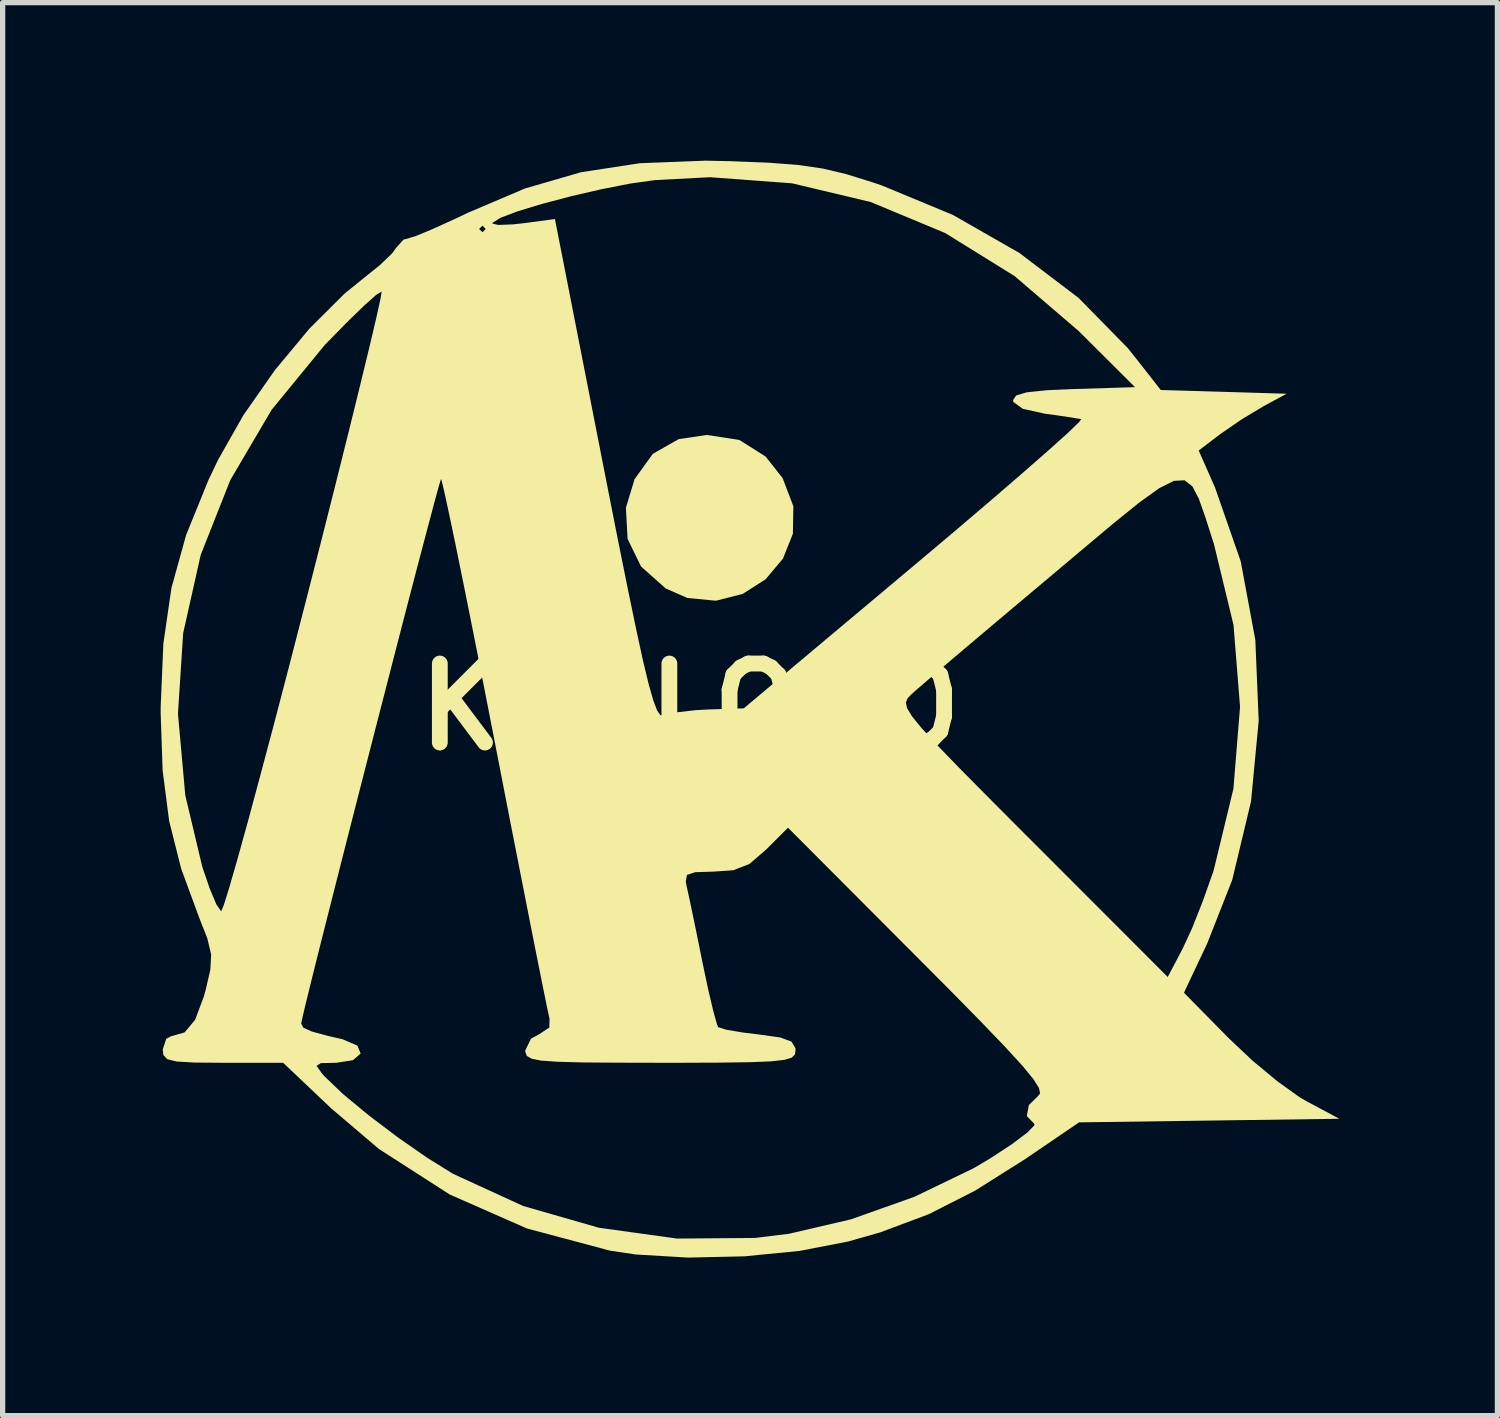
<source format=kicad_pcb>
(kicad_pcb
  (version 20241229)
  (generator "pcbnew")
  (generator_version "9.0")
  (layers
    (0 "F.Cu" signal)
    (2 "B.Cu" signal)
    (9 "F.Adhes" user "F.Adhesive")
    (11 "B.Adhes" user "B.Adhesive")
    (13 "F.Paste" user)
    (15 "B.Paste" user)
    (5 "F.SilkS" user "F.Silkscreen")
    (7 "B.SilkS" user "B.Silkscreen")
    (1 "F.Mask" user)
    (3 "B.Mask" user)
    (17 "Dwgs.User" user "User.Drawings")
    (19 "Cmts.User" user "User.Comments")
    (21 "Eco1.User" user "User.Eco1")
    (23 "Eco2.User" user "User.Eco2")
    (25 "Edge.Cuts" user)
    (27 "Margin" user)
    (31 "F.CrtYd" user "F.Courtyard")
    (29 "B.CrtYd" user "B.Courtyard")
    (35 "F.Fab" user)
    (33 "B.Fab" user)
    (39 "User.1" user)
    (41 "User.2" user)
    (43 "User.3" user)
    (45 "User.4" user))
  (footprint "KM_LOGO"
    (layer "F.Cu")
    (at 10.049 10.367)
    (property "Reference" "KM_LOGO" (at 0 0 0) (layer "F.SilkS") (effects (font (size 1.5 1.5) (thickness 0.3))))
    (attr board_only exclude_from_pos_files exclude_from_bom)
    (fp_poly (pts (xy 0.934 -5.066) (xy 1.432 -4.753) (xy 1.757 -4.341) (xy 1.961 -3.807) (xy 1.952 -3.287) (xy 1.764 -2.814) (xy 1.434 -2.421) (xy 0.998 -2.143) (xy 0.491 -2.014) (xy -0.051 -2.066) (xy -0.463 -2.247) (xy -0.93 -2.663) (xy -1.186 -3.187) (xy -1.218 -3.779) (xy -1.053 -4.322) (xy -0.706 -4.803) (xy -0.217 -5.081) (xy 0.318 -5.161)) (stroke (width 0) (type solid)) (fill yes) (layer "F.SilkS"))
    (fp_poly (pts (xy 0.751 -10.358) (xy 1.487 -10.329) (xy 2.051 -10.286) (xy 2.517 -10.218) (xy 2.964 -10.112) (xy 3.467 -9.955) (xy 3.629 -9.901) (xy 4.99 -9.337) (xy 6.253 -8.614) (xy 7.373 -7.763) (xy 8.304 -6.815) (xy 8.44 -6.646) (xy 8.935 -6.014) (xy 10.129 -5.979) (xy 11.324 -5.943) (xy 10.886 -5.706) (xy 10.471 -5.457) (xy 10.067 -5.179) (xy 10.051 -5.167) (xy 9.655 -4.865) (xy 9.964 -4.165) (xy 10.453 -2.761) (xy 10.73 -1.269) (xy 10.794 0.265) (xy 10.648 1.797) (xy 10.292 3.284) (xy 9.815 4.496) (xy 9.375 5.427) (xy 10.224 6.289) (xy 10.676 6.716) (xy 11.152 7.111) (xy 11.57 7.41) (xy 11.699 7.486) (xy 12.325 7.82) (xy 9.854 7.854) (xy 7.384 7.888) (xy 6.362 8.584) (xy 5.413 9.183) (xy 4.529 9.632) (xy 3.613 9.975) (xy 3.003 10.149) (xy 2.079 10.328) (xy 1.032 10.431) (xy -0.038 10.455) (xy -1.03 10.396) (xy -1.522 10.323) (xy -3.1 9.901) (xy -4.561 9.258) (xy -5.904 8.395) (xy -6.817 7.618) (xy -7.724 6.757) (xy -8.867 6.757) (xy -9.407 6.753) (xy -9.744 6.733) (xy -9.925 6.689) (xy -9.998 6.609) (xy -10.01 6.506) (xy -9.944 6.302) (xy -9.853 6.254) (xy -9.594 6.18) (xy -9.457 6.015) (xy -7.382 6.015) (xy -7.34 6.091) (xy -7.18 6.164) (xy -6.852 6.252) (xy -6.6 6.309) (xy -6.315 6.431) (xy -6.253 6.582) (xy -6.399 6.708) (xy -6.713 6.757) (xy -7.009 6.764) (xy -7.09 6.815) (xy -6.993 6.953) (xy -6.932 7.021) (xy -6.591 7.348) (xy -6.106 7.749) (xy -5.548 8.172) (xy -4.986 8.563) (xy -4.497 8.866) (xy -3.169 9.475) (xy -1.732 9.888) (xy -0.246 10.094) (xy 1.232 10.082) (xy 1.877 10.003) (xy 3.05 9.73) (xy 4.256 9.302) (xy 5.378 8.761) (xy 5.709 8.565) (xy 6.115 8.298) (xy 6.404 8.08) (xy 6.537 7.942) (xy 6.53 7.911) (xy 6.392 7.769) (xy 6.431 7.559) (xy 6.6 7.394) (xy 6.645 7.337) (xy 6.622 7.234) (xy 6.517 7.067) (xy 6.311 6.816) (xy 5.989 6.464) (xy 5.533 5.989) (xy 4.929 5.374) (xy 4.339 4.782) (xy 1.859 2.295) (xy 1.443 2.711) (xy 1.126 2.983) (xy 0.819 3.103) (xy 0.448 3.128) (xy 0.099 3.139) (xy -0.059 3.191) (xy -0.082 3.318) (xy -0.064 3.41) (xy -0.01 3.654) (xy 0.077 4.071) (xy 0.183 4.59) (xy 0.236 4.854) (xy 0.344 5.364) (xy 0.441 5.775) (xy 0.512 6.03) (xy 0.535 6.082) (xy 0.685 6.129) (xy 1.006 6.183) (xy 1.301 6.219) (xy 1.711 6.276) (xy 1.925 6.355) (xy 1.999 6.479) (xy 2.002 6.524) (xy 1.989 6.602) (xy 1.927 6.661) (xy 1.786 6.702) (xy 1.533 6.73) (xy 1.138 6.746) (xy 0.567 6.754) (xy -0.21 6.757) (xy -0.563 6.757) (xy -1.426 6.755) (xy -2.07 6.75) (xy -2.528 6.737) (xy -2.831 6.715) (xy -3.01 6.679) (xy -3.098 6.627) (xy -3.126 6.556) (xy -3.128 6.521) (xy -3.02 6.3) (xy -2.867 6.217) (xy -2.671 6.087) (xy -2.668 5.921) (xy -2.705 5.752) (xy -2.784 5.364) (xy -2.9 4.786) (xy -3.047 4.043) (xy -3.22 3.164) (xy -3.414 2.176) (xy -3.622 1.105) (xy -3.708 0.664) (xy -3.919 -0.419) (xy -4.117 -1.42) (xy -4.296 -2.313) (xy -4.451 -3.074) (xy -4.577 -3.676) (xy -4.668 -4.094) (xy -4.719 -4.304) (xy -4.728 -4.323) (xy -4.767 -4.197) (xy -4.859 -3.859) (xy -4.997 -3.34) (xy -5.174 -2.67) (xy -5.38 -1.879) (xy -5.608 -0.999) (xy -5.85 -0.059) (xy -6.099 0.909) (xy -6.347 1.875) (xy -6.585 2.808) (xy -6.806 3.679) (xy -7.003 4.456) (xy -7.166 5.109) (xy -7.289 5.606) (xy -7.363 5.919) (xy -7.382 6.015) (xy -9.457 6.015) (xy -9.395 5.941) (xy -9.229 5.497) (xy -9.197 5.382) (xy -9.106 4.99) (xy -9.091 4.701) (xy -9.162 4.4) (xy -9.313 4.016) (xy -9.66 3.073) (xy -9.888 2.167) (xy -10.012 1.208) (xy -10.049 0.13) (xy -9.721 0.13) (xy -9.582 1.679) (xy -9.26 3.034) (xy -9.118 3.45) (xy -8.991 3.752) (xy -8.904 3.878) (xy -8.899 3.879) (xy -8.85 3.761) (xy -8.745 3.425) (xy -8.592 2.892) (xy -8.396 2.187) (xy -8.166 1.333) (xy -7.905 0.353) (xy -7.622 -0.729) (xy -7.323 -1.89) (xy -7.302 -1.971) (xy -7.004 -3.138) (xy -6.728 -4.23) (xy -6.48 -5.223) (xy -6.265 -6.095) (xy -6.089 -6.82) (xy -5.958 -7.375) (xy -5.878 -7.737) (xy -5.854 -7.881) (xy -5.854 -7.883) (xy -5.955 -7.822) (xy -6.191 -7.612) (xy -6.528 -7.284) (xy -6.93 -6.873) (xy -6.94 -6.862) (xy -7.943 -5.638) (xy -8.727 -4.305) (xy -9.289 -2.884) (xy -9.622 -1.399) (xy -9.721 0.13) (xy -10.049 0.13) (xy -10.049 0.107) (xy -10.049 0) (xy -9.998 -1.202) (xy -9.844 -2.26) (xy -9.565 -3.264) (xy -9.141 -4.308) (xy -8.957 -4.693) (xy -8.478 -5.537) (xy -7.882 -6.39) (xy -7.224 -7.181) (xy -6.561 -7.841) (xy -6.218 -8.12) (xy -5.891 -8.382) (xy -5.654 -8.609) (xy -5.578 -8.715) (xy -5.439 -8.869) (xy -5.377 -8.884) (xy -5.21 -8.935) (xy -4.882 -9.071) (xy -4.004 -9.071) (xy -3.941 -9.009) (xy -3.879 -9.071) (xy -3.941 -9.134) (xy -4.004 -9.071) (xy -4.882 -9.071) (xy -4.877 -9.074) (xy -4.654 -9.175) (xy -3.754 -9.175) (xy -3.643 -9.147) (xy -3.36 -9.158) (xy -3.159 -9.18) (xy -2.565 -9.259) (xy -1.632 -4.501) (xy -1.391 -3.278) (xy -1.19 -2.28) (xy -1.026 -1.486) (xy -0.893 -0.875) (xy -0.785 -0.427) (xy -0.697 -0.119) (xy -0.626 0.068) (xy -0.565 0.156) (xy -0.509 0.166) (xy -0.506 0.164) (xy -0.275 0.107) (xy 0.102 0.064) (xy 0.353 0.05) (xy 1.019 0.029) (xy 1.15 -0.081) (xy 4.096 -0.081) (xy 4.119 0.025) (xy 4.212 0.179) (xy 4.394 0.403) (xy 4.68 0.716) (xy 5.089 1.139) (xy 5.637 1.693) (xy 6.341 2.4) (xy 6.507 2.565) (xy 9.067 5.128) (xy 9.347 4.597) (xy 9.526 4.211) (xy 9.732 3.692) (xy 9.925 3.147) (xy 9.939 3.105) (xy 10.314 1.556) (xy 10.44 0.001) (xy 10.316 -1.553) (xy 9.943 -3.096) (xy 9.925 -3.15) (xy 9.779 -3.605) (xy 9.657 -3.951) (xy 9.535 -4.185) (xy 9.386 -4.3) (xy 9.185 -4.29) (xy 8.906 -4.15) (xy 8.523 -3.875) (xy 8.009 -3.459) (xy 7.34 -2.897) (xy 6.871 -2.502) (xy 6.194 -1.933) (xy 5.57 -1.407) (xy 5.027 -0.948) (xy 4.596 -0.58) (xy 4.305 -0.33) (xy 4.194 -0.231) (xy 4.127 -0.159) (xy 4.096 -0.081) (xy 1.15 -0.081) (xy 4.275 -2.703) (xy 5.039 -3.347) (xy 5.734 -3.939) (xy 6.337 -4.46) (xy 6.828 -4.89) (xy 7.185 -5.212) (xy 7.388 -5.408) (xy 7.425 -5.46) (xy 7.247 -5.491) (xy 6.916 -5.54) (xy 6.725 -5.566) (xy 6.315 -5.657) (xy 6.138 -5.786) (xy 6.131 -5.821) (xy 6.19 -5.91) (xy 6.392 -5.97) (xy 6.775 -6.01) (xy 7.288 -6.032) (xy 8.446 -6.068) (xy 7.378 -7.132) (xy 6.162 -8.175) (xy 4.842 -8.994) (xy 3.429 -9.582) (xy 1.937 -9.937) (xy 0.378 -10.053) (xy -0.67 -9.998) (xy -1.138 -9.932) (xy -1.683 -9.825) (xy -2.255 -9.693) (xy -2.801 -9.549) (xy -3.267 -9.408) (xy -3.601 -9.282) (xy -3.75 -9.187) (xy -3.754 -9.175) (xy -4.654 -9.175) (xy -4.438 -9.273) (xy -4.216 -9.379) (xy -3.132 -9.84) (xy -2.069 -10.148) (xy -0.952 -10.319) (xy 0.292 -10.367)) (stroke (width 0) (type solid)) (fill yes) (layer "F.SilkS")))
  (gr_rect
    (start -3 -3)
    (end 25.374 23.822)
    (stroke (width 0.1) (type default))
    (fill no)
    (layer "Edge.Cuts")))
</source>
